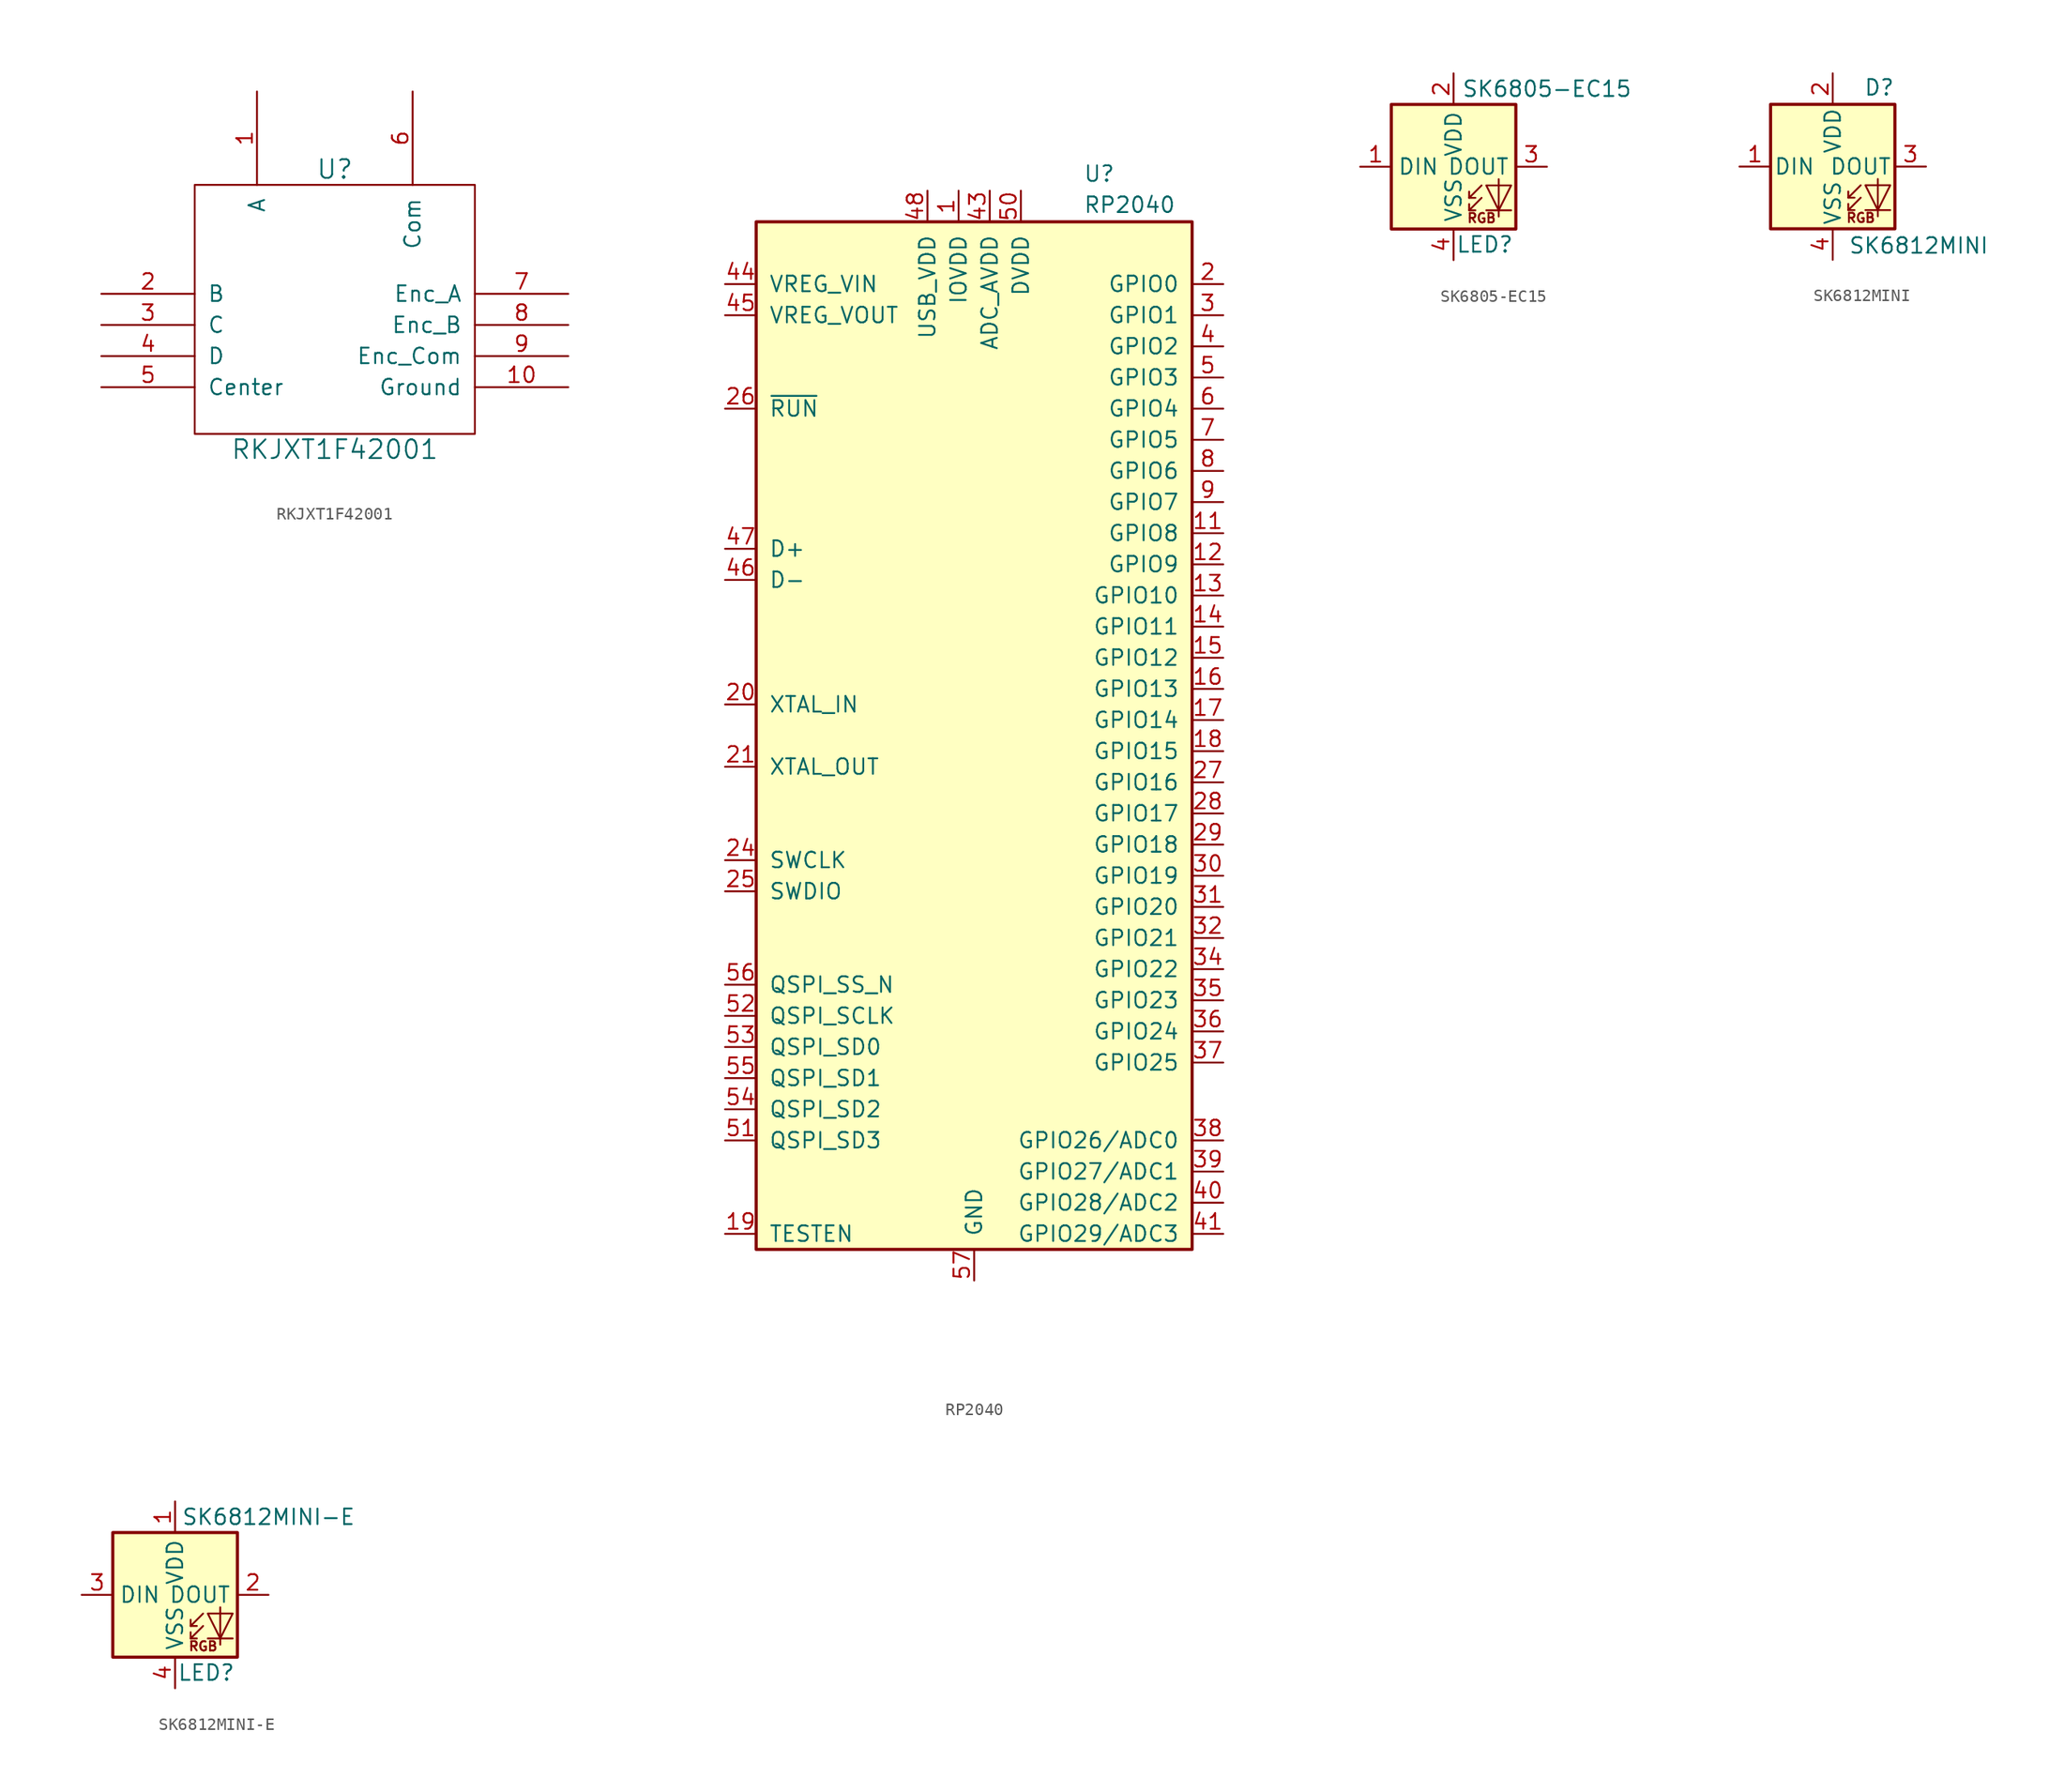
<source format=kicad_sym>
(kicad_symbol_lib
  (version 20231120)
  (generator "kicad_symbol_editor")
  (generator_version "8.0")
  (symbol "RKJXT1F42001"
    (pin_names
      (offset 1.016))
    (property "Reference" "U"
      (at 0 11.43 0)
      (effects (font (size 1.524 1.524))))
    (property "Value" "RKJXT1F42001"
      (at 0 -11.43 0)
      (effects (font (size 1.524 1.524))))
    (symbol "RKJXT1F42001_0_1"
      (rectangle (start -11.43 10.16) (end 11.43 -10.16) (stroke (width 0) (type solid)) (fill (type none))))
    (symbol "RKJXT1F42001_1_1"
      (pin bidirectional line (at -6.35 17.78 270) (length 7.62) (name "A" (effects (font (size 1.27 1.27)))) (number "1" (effects (font (size 1.27 1.27)))))
      (pin power_in line (at 19.05 -6.35 180) (length 7.62) (name "Ground" (effects (font (size 1.27 1.27)))) (number "10" (effects (font (size 1.27 1.27)))))
      (pin bidirectional line (at -19.05 1.27 0) (length 7.62) (name "B" (effects (font (size 1.27 1.27)))) (number "2" (effects (font (size 1.27 1.27)))))
      (pin bidirectional line (at -19.05 -1.27 0) (length 7.62) (name "C" (effects (font (size 1.27 1.27)))) (number "3" (effects (font (size 1.27 1.27)))))
      (pin bidirectional line (at -19.05 -3.81 0) (length 7.62) (name "D" (effects (font (size 1.27 1.27)))) (number "4" (effects (font (size 1.27 1.27)))))
      (pin bidirectional line (at -19.05 -6.35 0) (length 7.62) (name "Center" (effects (font (size 1.27 1.27)))) (number "5" (effects (font (size 1.27 1.27)))))
      (pin power_in line (at 6.35 17.78 270) (length 7.62) (name "Com" (effects (font (size 1.27 1.27)))) (number "6" (effects (font (size 1.27 1.27)))))
      (pin bidirectional line (at 19.05 1.27 180) (length 7.62) (name "Enc_A" (effects (font (size 1.27 1.27)))) (number "7" (effects (font (size 1.27 1.27)))))
      (pin bidirectional line (at 19.05 -1.27 180) (length 7.62) (name "Enc_B" (effects (font (size 1.27 1.27)))) (number "8" (effects (font (size 1.27 1.27)))))
      (pin power_in line (at 19.05 -3.81 180) (length 7.62) (name "Enc_Com" (effects (font (size 1.27 1.27)))) (number "9" (effects (font (size 1.27 1.27)))))))
  (symbol "RP2040"
    (pin_names
      (offset 1.016))
    (property "Reference" "U"
      (at 8.89 51.435 0)
      (effects (font (size 1.27 1.27)) (justify left bottom)))
    (property "Value" "RP2040"
      (at 8.89 48.895 0)
      (effects (font (size 1.27 1.27)) (justify left bottom)))
    (symbol "RP2040_0_0"
      (rectangle (start -17.78 48.26) (end 17.78 -35.56) (stroke (width 0.254) (type default)) (fill (type background))))
    (symbol "RP2040_1_1"
      (pin power_in line (at -1.27 50.8 270) (length 2.54) (name "IOVDD" (effects (font (size 1.27 1.27)))) (number "1" (effects (font (size 1.27 1.27)))))
      (pin power_in line (at -1.27 50.8 270) (length 2.54) hide (name "IOVDD" (effects (font (size 1.27 1.27)))) (number "10" (effects (font (size 1.27 1.27)))))
      (pin bidirectional line (at 20.32 22.86 180) (length 2.54) (name "GPIO8" (effects (font (size 1.27 1.27)))) (number "11" (effects (font (size 1.27 1.27)))))
      (pin bidirectional line (at 20.32 20.32 180) (length 2.54) (name "GPIO9" (effects (font (size 1.27 1.27)))) (number "12" (effects (font (size 1.27 1.27)))))
      (pin bidirectional line (at 20.32 17.78 180) (length 2.54) (name "GPIO10" (effects (font (size 1.27 1.27)))) (number "13" (effects (font (size 1.27 1.27)))))
      (pin bidirectional line (at 20.32 15.24 180) (length 2.54) (name "GPIO11" (effects (font (size 1.27 1.27)))) (number "14" (effects (font (size 1.27 1.27)))))
      (pin bidirectional line (at 20.32 12.7 180) (length 2.54) (name "GPIO12" (effects (font (size 1.27 1.27)))) (number "15" (effects (font (size 1.27 1.27)))))
      (pin bidirectional line (at 20.32 10.16 180) (length 2.54) (name "GPIO13" (effects (font (size 1.27 1.27)))) (number "16" (effects (font (size 1.27 1.27)))))
      (pin bidirectional line (at 20.32 7.62 180) (length 2.54) (name "GPIO14" (effects (font (size 1.27 1.27)))) (number "17" (effects (font (size 1.27 1.27)))))
      (pin bidirectional line (at 20.32 5.08 180) (length 2.54) (name "GPIO15" (effects (font (size 1.27 1.27)))) (number "18" (effects (font (size 1.27 1.27)))))
      (pin input line (at -20.32 -34.29 0) (length 2.54) (name "TESTEN" (effects (font (size 1.27 1.27)))) (number "19" (effects (font (size 1.27 1.27)))))
      (pin bidirectional line (at 20.32 43.18 180) (length 2.54) (name "GPIO0" (effects (font (size 1.27 1.27)))) (number "2" (effects (font (size 1.27 1.27)))))
      (pin input line (at -20.32 8.89 0) (length 2.54) (name "XTAL_IN" (effects (font (size 1.27 1.27)))) (number "20" (effects (font (size 1.27 1.27)))))
      (pin input line (at -20.32 3.81 0) (length 2.54) (name "XTAL_OUT" (effects (font (size 1.27 1.27)))) (number "21" (effects (font (size 1.27 1.27)))))
      (pin power_in line (at -1.27 50.8 270) (length 2.54) hide (name "IOVDD" (effects (font (size 1.27 1.27)))) (number "22" (effects (font (size 1.27 1.27)))))
      (pin power_in line (at 3.81 50.8 270) (length 2.54) hide (name "DVDD" (effects (font (size 1.27 1.27)))) (number "23" (effects (font (size 1.27 1.27)))))
      (pin input line (at -20.32 -3.81 0) (length 2.54) (name "SWCLK" (effects (font (size 1.27 1.27)))) (number "24" (effects (font (size 1.27 1.27)))))
      (pin bidirectional line (at -20.32 -6.35 0) (length 2.54) (name "SWDIO" (effects (font (size 1.27 1.27)))) (number "25" (effects (font (size 1.27 1.27)))))
      (pin input line (at -20.32 33.02 0) (length 2.54) (name "~{RUN}" (effects (font (size 1.27 1.27)))) (number "26" (effects (font (size 1.27 1.27)))))
      (pin bidirectional line (at 20.32 2.54 180) (length 2.54) (name "GPIO16" (effects (font (size 1.27 1.27)))) (number "27" (effects (font (size 1.27 1.27)))))
      (pin bidirectional line (at 20.32 0 180) (length 2.54) (name "GPIO17" (effects (font (size 1.27 1.27)))) (number "28" (effects (font (size 1.27 1.27)))))
      (pin bidirectional line (at 20.32 -2.54 180) (length 2.54) (name "GPIO18" (effects (font (size 1.27 1.27)))) (number "29" (effects (font (size 1.27 1.27)))))
      (pin bidirectional line (at 20.32 40.64 180) (length 2.54) (name "GPIO1" (effects (font (size 1.27 1.27)))) (number "3" (effects (font (size 1.27 1.27)))))
      (pin bidirectional line (at 20.32 -5.08 180) (length 2.54) (name "GPIO19" (effects (font (size 1.27 1.27)))) (number "30" (effects (font (size 1.27 1.27)))))
      (pin bidirectional line (at 20.32 -7.62 180) (length 2.54) (name "GPIO20" (effects (font (size 1.27 1.27)))) (number "31" (effects (font (size 1.27 1.27)))))
      (pin bidirectional line (at 20.32 -10.16 180) (length 2.54) (name "GPIO21" (effects (font (size 1.27 1.27)))) (number "32" (effects (font (size 1.27 1.27)))))
      (pin power_in line (at -1.27 50.8 270) (length 2.54) hide (name "IOVDD" (effects (font (size 1.27 1.27)))) (number "33" (effects (font (size 1.27 1.27)))))
      (pin bidirectional line (at 20.32 -12.7 180) (length 2.54) (name "GPIO22" (effects (font (size 1.27 1.27)))) (number "34" (effects (font (size 1.27 1.27)))))
      (pin bidirectional line (at 20.32 -15.24 180) (length 2.54) (name "GPIO23" (effects (font (size 1.27 1.27)))) (number "35" (effects (font (size 1.27 1.27)))))
      (pin bidirectional line (at 20.32 -17.78 180) (length 2.54) (name "GPIO24" (effects (font (size 1.27 1.27)))) (number "36" (effects (font (size 1.27 1.27)))))
      (pin bidirectional line (at 20.32 -20.32 180) (length 2.54) (name "GPIO25" (effects (font (size 1.27 1.27)))) (number "37" (effects (font (size 1.27 1.27)))))
      (pin bidirectional line (at 20.32 -26.67 180) (length 2.54) (name "GPIO26/ADC0" (effects (font (size 1.27 1.27)))) (number "38" (effects (font (size 1.27 1.27)))))
      (pin bidirectional line (at 20.32 -29.21 180) (length 2.54) (name "GPIO27/ADC1" (effects (font (size 1.27 1.27)))) (number "39" (effects (font (size 1.27 1.27)))))
      (pin bidirectional line (at 20.32 38.1 180) (length 2.54) (name "GPIO2" (effects (font (size 1.27 1.27)))) (number "4" (effects (font (size 1.27 1.27)))))
      (pin bidirectional line (at 20.32 -31.75 180) (length 2.54) (name "GPIO28/ADC2" (effects (font (size 1.27 1.27)))) (number "40" (effects (font (size 1.27 1.27)))))
      (pin bidirectional line (at 20.32 -34.29 180) (length 2.54) (name "GPIO29/ADC3" (effects (font (size 1.27 1.27)))) (number "41" (effects (font (size 1.27 1.27)))))
      (pin power_in line (at -1.27 50.8 270) (length 2.54) hide (name "IOVDD" (effects (font (size 1.27 1.27)))) (number "42" (effects (font (size 1.27 1.27)))))
      (pin power_in line (at 1.27 50.8 270) (length 2.54) (name "ADC_AVDD" (effects (font (size 1.27 1.27)))) (number "43" (effects (font (size 1.27 1.27)))))
      (pin power_in line (at -20.32 43.18 0) (length 2.54) (name "VREG_VIN" (effects (font (size 1.27 1.27)))) (number "44" (effects (font (size 1.27 1.27)))))
      (pin power_out line (at -20.32 40.64 0) (length 2.54) (name "VREG_VOUT" (effects (font (size 1.27 1.27)))) (number "45" (effects (font (size 1.27 1.27)))))
      (pin bidirectional line (at -20.32 19.05 0) (length 2.54) (name "D-" (effects (font (size 1.27 1.27)))) (number "46" (effects (font (size 1.27 1.27)))))
      (pin bidirectional line (at -20.32 21.59 0) (length 2.54) (name "D+" (effects (font (size 1.27 1.27)))) (number "47" (effects (font (size 1.27 1.27)))))
      (pin power_in line (at -3.81 50.8 270) (length 2.54) (name "USB_VDD" (effects (font (size 1.27 1.27)))) (number "48" (effects (font (size 1.27 1.27)))))
      (pin power_in line (at -1.27 50.8 270) (length 2.54) hide (name "IOVDD" (effects (font (size 1.27 1.27)))) (number "49" (effects (font (size 1.27 1.27)))))
      (pin bidirectional line (at 20.32 35.56 180) (length 2.54) (name "GPIO3" (effects (font (size 1.27 1.27)))) (number "5" (effects (font (size 1.27 1.27)))))
      (pin power_in line (at 3.81 50.8 270) (length 2.54) (name "DVDD" (effects (font (size 1.27 1.27)))) (number "50" (effects (font (size 1.27 1.27)))))
      (pin bidirectional line (at -20.32 -26.67 0) (length 2.54) (name "QSPI_SD3" (effects (font (size 1.27 1.27)))) (number "51" (effects (font (size 1.27 1.27)))))
      (pin bidirectional line (at -20.32 -16.51 0) (length 2.54) (name "QSPI_SCLK" (effects (font (size 1.27 1.27)))) (number "52" (effects (font (size 1.27 1.27)))))
      (pin bidirectional line (at -20.32 -19.05 0) (length 2.54) (name "QSPI_SD0" (effects (font (size 1.27 1.27)))) (number "53" (effects (font (size 1.27 1.27)))))
      (pin bidirectional line (at -20.32 -24.13 0) (length 2.54) (name "QSPI_SD2" (effects (font (size 1.27 1.27)))) (number "54" (effects (font (size 1.27 1.27)))))
      (pin bidirectional line (at -20.32 -21.59 0) (length 2.54) (name "QSPI_SD1" (effects (font (size 1.27 1.27)))) (number "55" (effects (font (size 1.27 1.27)))))
      (pin bidirectional line (at -20.32 -13.97 0) (length 2.54) (name "QSPI_SS_N" (effects (font (size 1.27 1.27)))) (number "56" (effects (font (size 1.27 1.27)))))
      (pin power_in line (at 0 -38.1 90) (length 2.54) (name "GND" (effects (font (size 1.27 1.27)))) (number "57" (effects (font (size 1.27 1.27)))))
      (pin bidirectional line (at 20.32 33.02 180) (length 2.54) (name "GPIO4" (effects (font (size 1.27 1.27)))) (number "6" (effects (font (size 1.27 1.27)))))
      (pin bidirectional line (at 20.32 30.48 180) (length 2.54) (name "GPIO5" (effects (font (size 1.27 1.27)))) (number "7" (effects (font (size 1.27 1.27)))))
      (pin bidirectional line (at 20.32 27.94 180) (length 2.54) (name "GPIO6" (effects (font (size 1.27 1.27)))) (number "8" (effects (font (size 1.27 1.27)))))
      (pin bidirectional line (at 20.32 25.4 180) (length 2.54) (name "GPIO7" (effects (font (size 1.27 1.27)))) (number "9" (effects (font (size 1.27 1.27)))))))
  (symbol "SK6805-EC15"
    (property "Reference" "LED"
      (at 2.54 -6.35 0)
      (effects (font (size 1.27 1.27))))
    (property "Value" "SK6805-EC15"
      (at 7.62 6.35 0)
      (effects (font (size 1.27 1.27))))
    (symbol "SK6805-EC15_0_0"
      (text "RGB" (at 2.286 -4.191 0) (effects (font (size 0.762 0.762)))))
    (symbol "SK6805-EC15_0_1"
      (rectangle (start -5.08 5.08) (end 5.08 -5.08) (stroke (width 0.254) (type default)) (fill (type background)))
      (polyline (pts (xy 1.27 -3.556) (xy 1.778 -3.556)) (stroke (width 0) (type default)) (fill (type none)))
      (polyline (pts (xy 1.27 -2.54) (xy 1.778 -2.54)) (stroke (width 0) (type default)) (fill (type none)))
      (polyline (pts (xy 4.699 -3.556) (xy 2.667 -3.556)) (stroke (width 0) (type default)) (fill (type none)))
      (polyline (pts (xy 2.286 -2.54) (xy 1.27 -3.556) (xy 1.27 -3.048)) (stroke (width 0) (type default)) (fill (type none)))
      (polyline (pts (xy 2.286 -1.524) (xy 1.27 -2.54) (xy 1.27 -2.032)) (stroke (width 0) (type default)) (fill (type none)))
      (polyline (pts (xy 3.683 -1.016) (xy 3.683 -3.556) (xy 3.683 -4.064)) (stroke (width 0) (type default)) (fill (type none)))
      (polyline (pts (xy 4.699 -1.524) (xy 2.667 -1.524) (xy 3.683 -3.556) (xy 4.699 -1.524)) (stroke (width 0) (type default)) (fill (type none))))
    (symbol "SK6805-EC15_1_1"
      (pin input line (at -7.62 0 0) (length 2.54) (name "DIN" (effects (font (size 1.27 1.27)))) (number "1" (effects (font (size 1.27 1.27)))))
      (pin power_in line (at 0 7.62 270) (length 2.54) (name "VDD" (effects (font (size 1.27 1.27)))) (number "2" (effects (font (size 1.27 1.27)))))
      (pin output line (at 7.62 0 180) (length 2.54) (name "DOUT" (effects (font (size 1.27 1.27)))) (number "3" (effects (font (size 1.27 1.27)))))
      (pin power_in line (at 0 -7.62 90) (length 2.54) (name "VSS" (effects (font (size 1.27 1.27)))) (number "4" (effects (font (size 1.27 1.27)))))))
  (symbol "SK6812MINI"
    (pin_names
      (offset 0.254))
    (property "Reference" "D"
      (at 5.08 5.715 0)
      (effects (font (size 1.27 1.27)) (justify right bottom)))
    (property "Value" "SK6812MINI"
      (at 1.27 -5.715 0)
      (effects (font (size 1.27 1.27)) (justify left top)))
    (symbol "SK6812MINI_0_0"
      (text "RGB" (at 2.286 -4.191 0) (effects (font (size 0.762 0.762)))))
    (symbol "SK6812MINI_0_1"
      (rectangle (start -5.08 5.08) (end 5.08 -5.08) (stroke (width 0.254) (type default)) (fill (type background)))
      (polyline (pts (xy 1.27 -3.556) (xy 1.778 -3.556)) (stroke (width 0) (type default)) (fill (type none)))
      (polyline (pts (xy 1.27 -2.54) (xy 1.778 -2.54)) (stroke (width 0) (type default)) (fill (type none)))
      (polyline (pts (xy 4.699 -3.556) (xy 2.667 -3.556)) (stroke (width 0) (type default)) (fill (type none)))
      (polyline (pts (xy 2.286 -2.54) (xy 1.27 -3.556) (xy 1.27 -3.048)) (stroke (width 0) (type default)) (fill (type none)))
      (polyline (pts (xy 2.286 -1.524) (xy 1.27 -2.54) (xy 1.27 -2.032)) (stroke (width 0) (type default)) (fill (type none)))
      (polyline (pts (xy 3.683 -1.016) (xy 3.683 -3.556) (xy 3.683 -4.064)) (stroke (width 0) (type default)) (fill (type none)))
      (polyline (pts (xy 4.699 -1.524) (xy 2.667 -1.524) (xy 3.683 -3.556) (xy 4.699 -1.524)) (stroke (width 0) (type default)) (fill (type none))))
    (symbol "SK6812MINI_1_1"
      (pin input line (at -7.62 0 0) (length 2.54) (name "DIN" (effects (font (size 1.27 1.27)))) (number "1" (effects (font (size 1.27 1.27)))))
      (pin power_in line (at 0 7.62 270) (length 2.54) (name "VDD" (effects (font (size 1.27 1.27)))) (number "2" (effects (font (size 1.27 1.27)))))
      (pin output line (at 7.62 0 180) (length 2.54) (name "DOUT" (effects (font (size 1.27 1.27)))) (number "3" (effects (font (size 1.27 1.27)))))
      (pin power_in line (at 0 -7.62 90) (length 2.54) (name "VSS" (effects (font (size 1.27 1.27)))) (number "4" (effects (font (size 1.27 1.27)))))))
  (symbol "SK6812MINI-E"
    (property "Reference" "LED"
      (at 2.54 -6.35 0)
      (effects (font (size 1.27 1.27))))
    (property "Value" "SK6812MINI-E"
      (at 7.62 6.35 0)
      (effects (font (size 1.27 1.27))))
    (symbol "SK6812MINI-E_0_0"
      (text "RGB" (at 2.286 -4.191 0) (effects (font (size 0.762 0.762)))))
    (symbol "SK6812MINI-E_0_1"
      (polyline (pts (xy 1.27 -3.556) (xy 1.778 -3.556)) (stroke (width 0) (type default)) (fill (type none)))
      (polyline (pts (xy 1.27 -2.54) (xy 1.778 -2.54)) (stroke (width 0) (type default)) (fill (type none)))
      (polyline (pts (xy 4.699 -3.556) (xy 2.667 -3.556)) (stroke (width 0) (type default)) (fill (type none)))
      (polyline (pts (xy 2.286 -2.54) (xy 1.27 -3.556) (xy 1.27 -3.048)) (stroke (width 0) (type default)) (fill (type none)))
      (polyline (pts (xy 2.286 -1.524) (xy 1.27 -2.54) (xy 1.27 -2.032)) (stroke (width 0) (type default)) (fill (type none)))
      (polyline (pts (xy 3.683 -1.016) (xy 3.683 -3.556) (xy 3.683 -4.064)) (stroke (width 0) (type default)) (fill (type none)))
      (polyline (pts (xy 4.699 -1.524) (xy 2.667 -1.524) (xy 3.683 -3.556) (xy 4.699 -1.524)) (stroke (width 0) (type default)) (fill (type none)))
      (rectangle (start 5.08 5.08) (end -5.08 -5.08) (stroke (width 0.254) (type default)) (fill (type background))))
    (symbol "SK6812MINI-E_1_1"
      (pin power_in line (at 0 7.62 270) (length 2.54) (name "VDD" (effects (font (size 1.27 1.27)))) (number "1" (effects (font (size 1.27 1.27)))))
      (pin output line (at 7.62 0 180) (length 2.54) (name "DOUT" (effects (font (size 1.27 1.27)))) (number "2" (effects (font (size 1.27 1.27)))))
      (pin input line (at -7.62 0 0) (length 2.54) (name "DIN" (effects (font (size 1.27 1.27)))) (number "3" (effects (font (size 1.27 1.27)))))
      (pin power_in line (at 0 -7.62 90) (length 2.54) (name "VSS" (effects (font (size 1.27 1.27)))) (number "4" (effects (font (size 1.27 1.27))))))))
</source>
